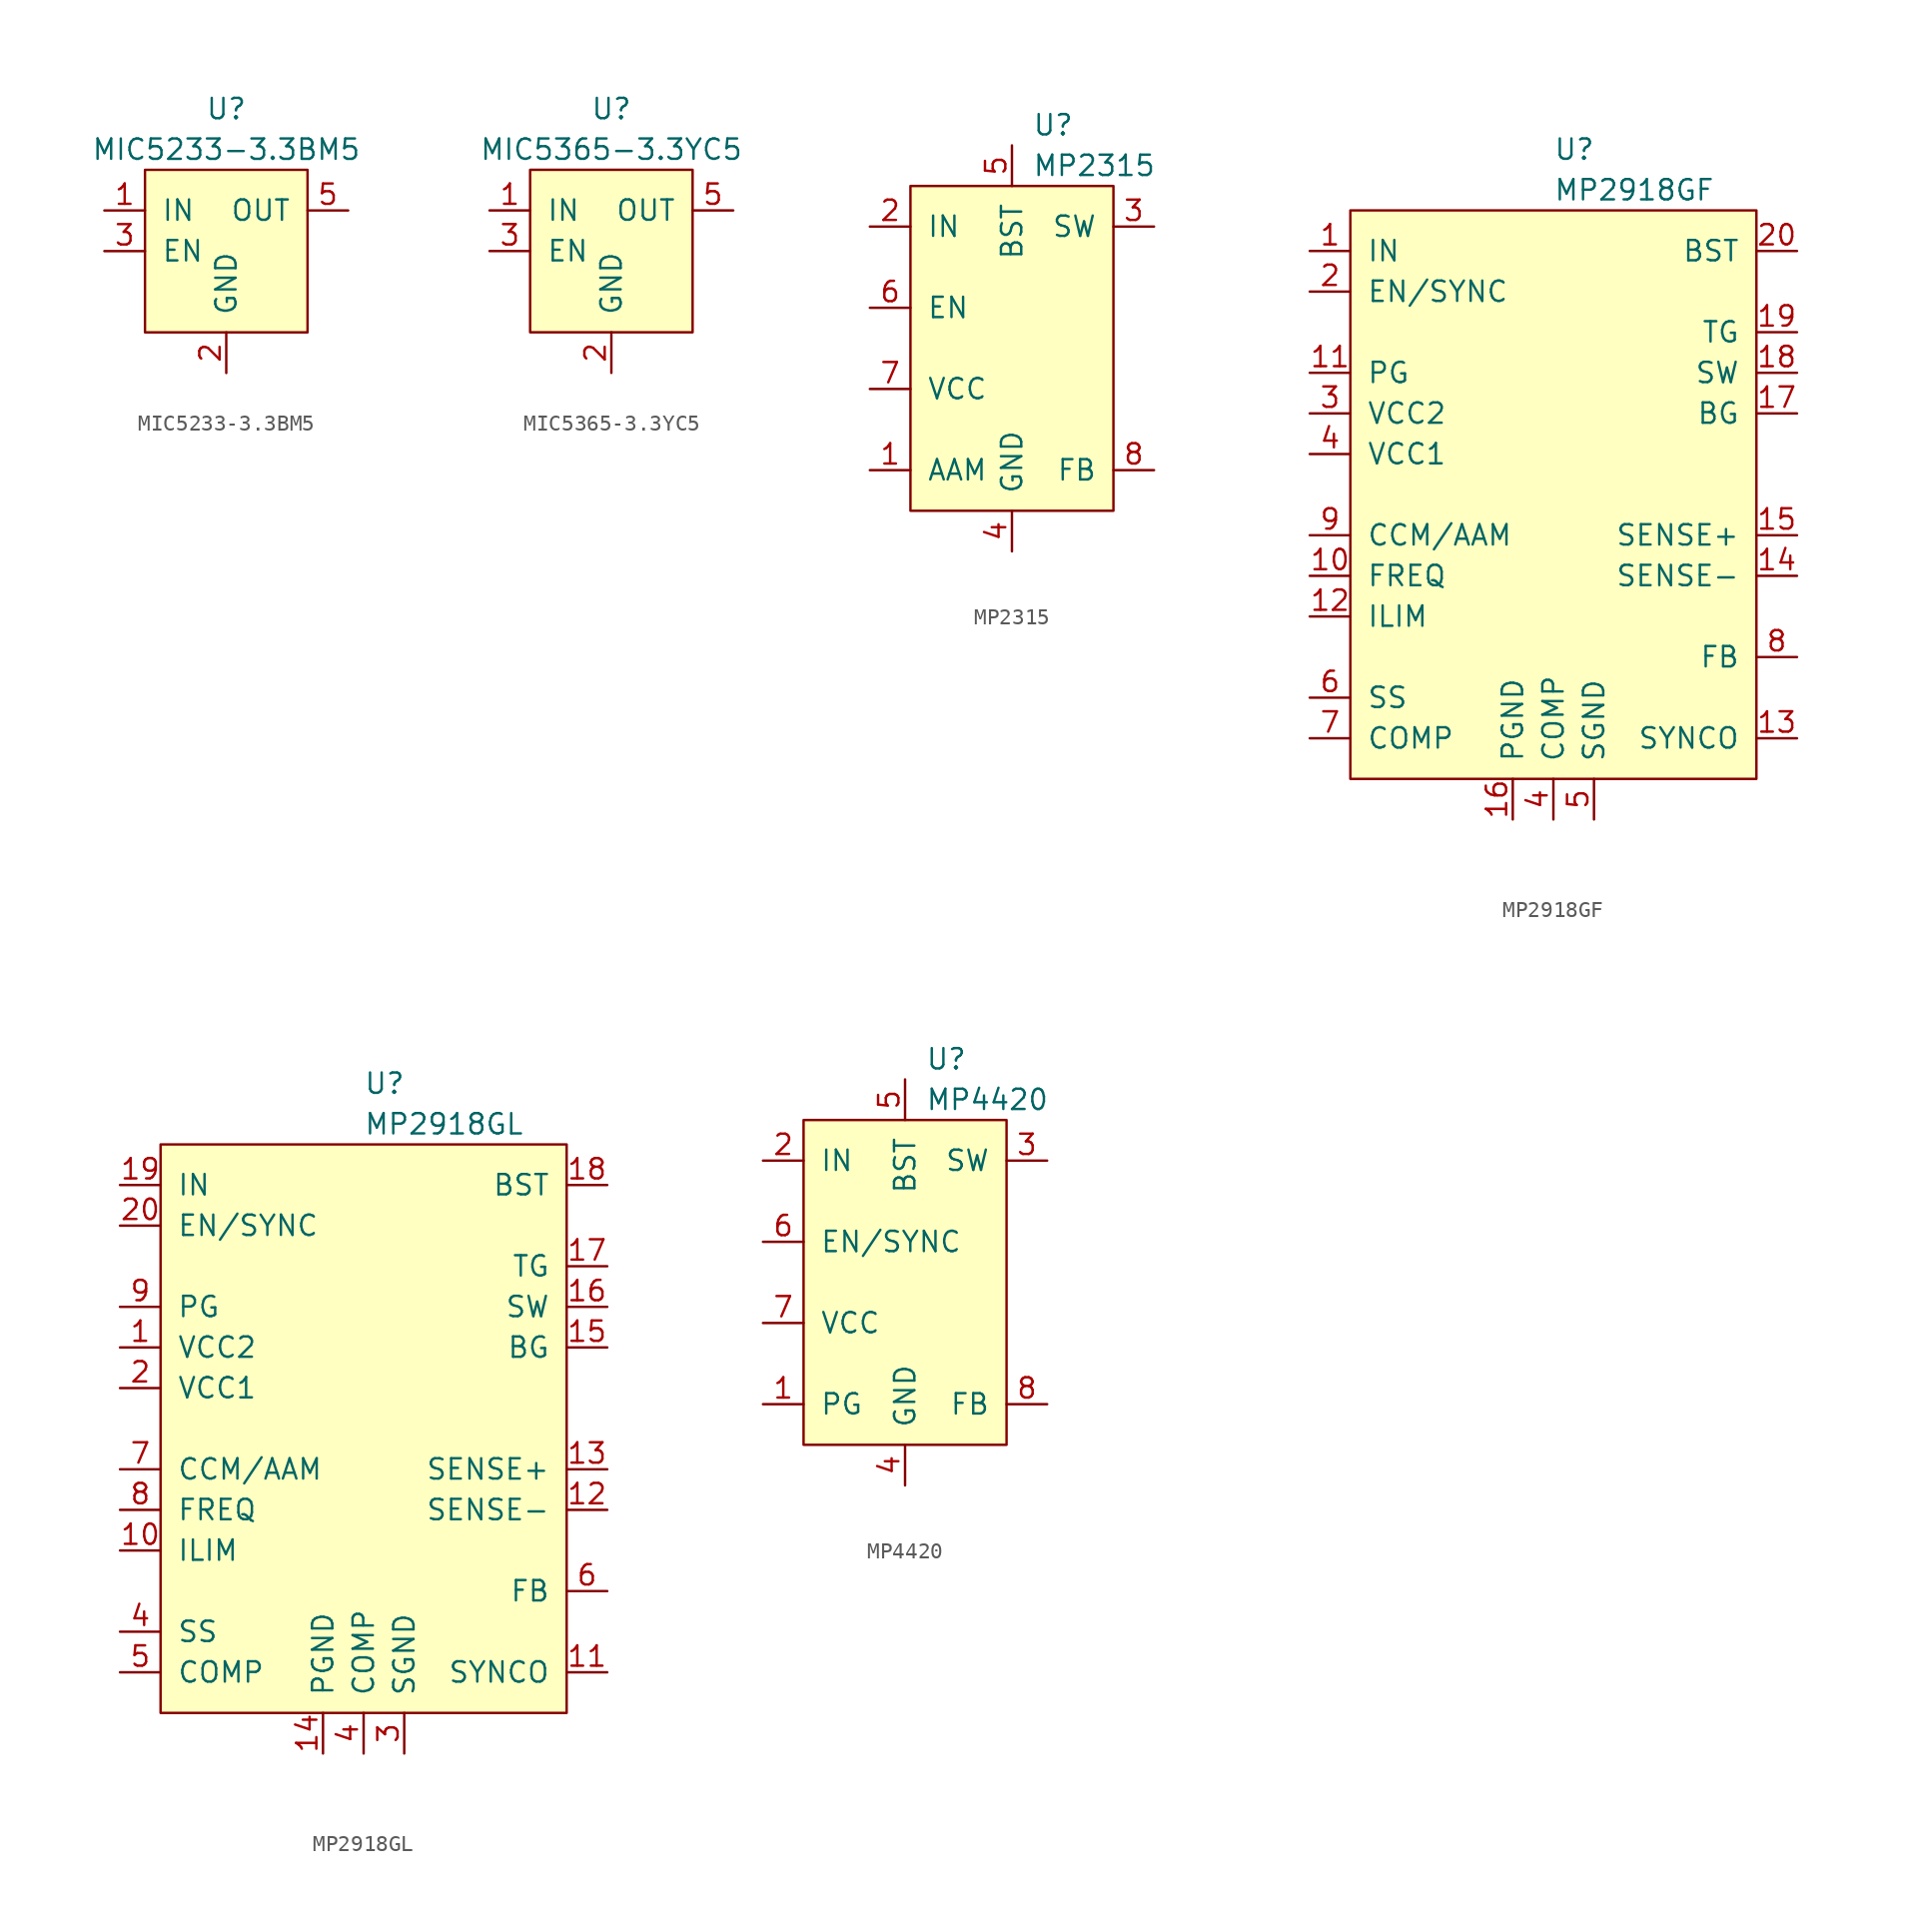
<source format=kicad_sym>
(kicad_symbol_lib
  (version 20241209)
  (generator "kicad_symbol_editor")
  (generator_version "9.0")
  (symbol "MIC5233-3.3BM5"
    (pin_names
      (offset 1.016))
    (property "Reference" "U"
      (at 0 6.35 0)
      (effects (font (size 1.27 1.27))))
    (property "Value" "MIC5233-3.3BM5"
      (at 0 3.81 0)
      (effects (font (size 1.27 1.27))))
    (symbol "MIC5233-3.3BM5_0_1"
      (rectangle (start -5.08 2.54) (end 5.08 -7.62) (stroke (width 0) (type default)) (fill (type background))))
    (symbol "MIC5233-3.3BM5_1_1"
      (pin power_in line (at -7.62 0 0) (length 2.54) (name "IN" (effects (font (size 1.27 1.27)))) (number "1" (effects (font (size 1.27 1.27)))))
      (pin input line (at -7.62 -2.54 0) (length 2.54) (name "EN" (effects (font (size 1.27 1.27)))) (number "3" (effects (font (size 1.27 1.27)))))
      (pin power_in line (at 0 -10.16 90) (length 2.54) (name "GND" (effects (font (size 1.27 1.27)))) (number "2" (effects (font (size 1.27 1.27)))))
      (pin input line (at 7.62 0 180) (length 2.54) (name "OUT" (effects (font (size 1.27 1.27)))) (number "5" (effects (font (size 1.27 1.27)))))
      (pin no_connect line (at 7.62 -2.54 180) (length 2.54) (hide yes) (name "NC" (effects (font (size 1.27 1.27)))) (number "4" (effects (font (size 1.27 1.27)))))))
  (symbol "MIC5365-3.3YC5"
    (pin_names
      (offset 1.016))
    (property "Reference" "U"
      (at 0 6.35 0)
      (effects (font (size 1.27 1.27))))
    (property "Value" "MIC5365-3.3YC5"
      (at 0 3.81 0)
      (effects (font (size 1.27 1.27))))
    (symbol "MIC5365-3.3YC5_0_1"
      (rectangle (start -5.08 2.54) (end 5.08 -7.62) (stroke (width 0) (type default)) (fill (type background))))
    (symbol "MIC5365-3.3YC5_1_1"
      (pin power_in line (at -7.62 0 0) (length 2.54) (name "IN" (effects (font (size 1.27 1.27)))) (number "1" (effects (font (size 1.27 1.27)))))
      (pin input line (at -7.62 -2.54 0) (length 2.54) (name "EN" (effects (font (size 1.27 1.27)))) (number "3" (effects (font (size 1.27 1.27)))))
      (pin power_in line (at 0 -10.16 90) (length 2.54) (name "GND" (effects (font (size 1.27 1.27)))) (number "2" (effects (font (size 1.27 1.27)))))
      (pin input line (at 7.62 0 180) (length 2.54) (name "OUT" (effects (font (size 1.27 1.27)))) (number "5" (effects (font (size 1.27 1.27)))))
      (pin no_connect line (at 7.62 -2.54 180) (length 2.54) (hide yes) (name "NC" (effects (font (size 1.27 1.27)))) (number "4" (effects (font (size 1.27 1.27)))))))
  (symbol "MP2315"
    (pin_names
      (offset 1.016))
    (property "Reference" "U"
      (at 1.27 13.97 0)
      (effects (font (size 1.27 1.27)) (justify left)))
    (property "Value" "MP2315"
      (at 1.27 11.43 0)
      (effects (font (size 1.27 1.27)) (justify left)))
    (symbol "MP2315_0_1"
      (rectangle (start -6.35 10.16) (end 6.35 -10.16) (stroke (width 0) (type default)) (fill (type background))))
    (symbol "MP2315_1_1"
      (pin power_in line (at -8.89 7.62 0) (length 2.54) (name "IN" (effects (font (size 1.27 1.27)))) (number "2" (effects (font (size 1.27 1.27)))))
      (pin input line (at -8.89 2.54 0) (length 2.54) (name "EN" (effects (font (size 1.27 1.27)))) (number "6" (effects (font (size 1.27 1.27)))))
      (pin power_out line (at -8.89 -2.54 0) (length 2.54) (name "VCC" (effects (font (size 1.27 1.27)))) (number "7" (effects (font (size 1.27 1.27)))))
      (pin input line (at -8.89 -7.62 0) (length 2.54) (name "AAM" (effects (font (size 1.27 1.27)))) (number "1" (effects (font (size 1.27 1.27)))))
      (pin input line (at 0 12.7 270) (length 2.54) (name "BST" (effects (font (size 1.27 1.27)))) (number "5" (effects (font (size 1.27 1.27)))))
      (pin power_in line (at 0 -12.7 90) (length 2.54) (name "GND" (effects (font (size 1.27 1.27)))) (number "4" (effects (font (size 1.27 1.27)))))
      (pin power_out line (at 8.89 7.62 180) (length 2.54) (name "SW" (effects (font (size 1.27 1.27)))) (number "3" (effects (font (size 1.27 1.27)))))
      (pin input line (at 8.89 -7.62 180) (length 2.54) (name "FB" (effects (font (size 1.27 1.27)))) (number "8" (effects (font (size 1.27 1.27)))))))
  (symbol "MP2918GF"
    (pin_names
      (offset 1.016))
    (property "Reference" "U"
      (at 0 21.59 0)
      (effects (font (size 1.27 1.27)) (justify left)))
    (property "Value" "MP2918GF"
      (at 0 19.05 0)
      (effects (font (size 1.27 1.27)) (justify left)))
    (symbol "MP2918GF_0_1"
      (rectangle (start -12.7 17.78) (end 12.7 -17.78) (stroke (width 0) (type default)) (fill (type background))))
    (symbol "MP2918GF_1_1"
      (pin power_in line (at -15.24 15.24 0) (length 2.54) (name "IN" (effects (font (size 1.27 1.27)))) (number "1" (effects (font (size 1.27 1.27)))))
      (pin input line (at -15.24 12.7 0) (length 2.54) (name "EN/SYNC" (effects (font (size 1.27 1.27)))) (number "2" (effects (font (size 1.27 1.27)))))
      (pin output line (at -15.24 7.62 0) (length 2.54) (name "PG" (effects (font (size 1.27 1.27)))) (number "11" (effects (font (size 1.27 1.27)))))
      (pin power_out line (at -15.24 5.08 0) (length 2.54) (name "VCC2" (effects (font (size 1.27 1.27)))) (number "3" (effects (font (size 1.27 1.27)))))
      (pin power_out line (at -15.24 2.54 0) (length 2.54) (name "VCC1" (effects (font (size 1.27 1.27)))) (number "4" (effects (font (size 1.27 1.27)))))
      (pin input line (at -15.24 -2.54 0) (length 2.54) (name "CCM/AAM" (effects (font (size 1.27 1.27)))) (number "9" (effects (font (size 1.27 1.27)))))
      (pin input line (at -15.24 -5.08 0) (length 2.54) (name "FREQ" (effects (font (size 1.27 1.27)))) (number "10" (effects (font (size 1.27 1.27)))))
      (pin input line (at -15.24 -7.62 0) (length 2.54) (name "ILIM" (effects (font (size 1.27 1.27)))) (number "12" (effects (font (size 1.27 1.27)))))
      (pin input line (at -15.24 -12.7 0) (length 2.54) (name "SS" (effects (font (size 1.27 1.27)))) (number "6" (effects (font (size 1.27 1.27)))))
      (pin input line (at -15.24 -15.24 0) (length 2.54) (name "COMP" (effects (font (size 1.27 1.27)))) (number "7" (effects (font (size 1.27 1.27)))))
      (pin power_in line (at -2.54 -20.32 90) (length 2.54) (name "PGND" (effects (font (size 1.27 1.27)))) (number "16" (effects (font (size 1.27 1.27)))))
      (pin power_in line (at 0 -20.32 90) (length 2.54) (name "COMP" (effects (font (size 1.27 1.27)))) (number "4" (effects (font (size 1.27 1.27)))))
      (pin power_in line (at 2.54 -20.32 90) (length 2.54) (name "SGND" (effects (font (size 1.27 1.27)))) (number "5" (effects (font (size 1.27 1.27)))))
      (pin input line (at 15.24 15.24 180) (length 2.54) (name "BST" (effects (font (size 1.27 1.27)))) (number "20" (effects (font (size 1.27 1.27)))))
      (pin output line (at 15.24 10.16 180) (length 2.54) (name "TG" (effects (font (size 1.27 1.27)))) (number "19" (effects (font (size 1.27 1.27)))))
      (pin output line (at 15.24 7.62 180) (length 2.54) (name "SW" (effects (font (size 1.27 1.27)))) (number "18" (effects (font (size 1.27 1.27)))))
      (pin output line (at 15.24 5.08 180) (length 2.54) (name "BG" (effects (font (size 1.27 1.27)))) (number "17" (effects (font (size 1.27 1.27)))))
      (pin input line (at 15.24 -2.54 180) (length 2.54) (name "SENSE+" (effects (font (size 1.27 1.27)))) (number "15" (effects (font (size 1.27 1.27)))))
      (pin input line (at 15.24 -5.08 180) (length 2.54) (name "SENSE-" (effects (font (size 1.27 1.27)))) (number "14" (effects (font (size 1.27 1.27)))))
      (pin input line (at 15.24 -10.16 180) (length 2.54) (name "FB" (effects (font (size 1.27 1.27)))) (number "8" (effects (font (size 1.27 1.27)))))
      (pin output line (at 15.24 -15.24 180) (length 2.54) (name "SYNCO" (effects (font (size 1.27 1.27)))) (number "13" (effects (font (size 1.27 1.27)))))))
  (symbol "MP2918GL"
    (pin_names
      (offset 1.016))
    (property "Reference" "U"
      (at 0 21.59 0)
      (effects (font (size 1.27 1.27)) (justify left)))
    (property "Value" "MP2918GL"
      (at 0 19.05 0)
      (effects (font (size 1.27 1.27)) (justify left)))
    (symbol "MP2918GL_0_1"
      (rectangle (start -12.7 17.78) (end 12.7 -17.78) (stroke (width 0) (type default)) (fill (type background))))
    (symbol "MP2918GL_1_1"
      (pin power_in line (at -15.24 15.24 0) (length 2.54) (name "IN" (effects (font (size 1.27 1.27)))) (number "19" (effects (font (size 1.27 1.27)))))
      (pin input line (at -15.24 12.7 0) (length 2.54) (name "EN/SYNC" (effects (font (size 1.27 1.27)))) (number "20" (effects (font (size 1.27 1.27)))))
      (pin output line (at -15.24 7.62 0) (length 2.54) (name "PG" (effects (font (size 1.27 1.27)))) (number "9" (effects (font (size 1.27 1.27)))))
      (pin power_out line (at -15.24 5.08 0) (length 2.54) (name "VCC2" (effects (font (size 1.27 1.27)))) (number "1" (effects (font (size 1.27 1.27)))))
      (pin power_out line (at -15.24 2.54 0) (length 2.54) (name "VCC1" (effects (font (size 1.27 1.27)))) (number "2" (effects (font (size 1.27 1.27)))))
      (pin input line (at -15.24 -2.54 0) (length 2.54) (name "CCM/AAM" (effects (font (size 1.27 1.27)))) (number "7" (effects (font (size 1.27 1.27)))))
      (pin input line (at -15.24 -5.08 0) (length 2.54) (name "FREQ" (effects (font (size 1.27 1.27)))) (number "8" (effects (font (size 1.27 1.27)))))
      (pin input line (at -15.24 -7.62 0) (length 2.54) (name "ILIM" (effects (font (size 1.27 1.27)))) (number "10" (effects (font (size 1.27 1.27)))))
      (pin input line (at -15.24 -12.7 0) (length 2.54) (name "SS" (effects (font (size 1.27 1.27)))) (number "4" (effects (font (size 1.27 1.27)))))
      (pin input line (at -15.24 -15.24 0) (length 2.54) (name "COMP" (effects (font (size 1.27 1.27)))) (number "5" (effects (font (size 1.27 1.27)))))
      (pin power_in line (at -2.54 -20.32 90) (length 2.54) (name "PGND" (effects (font (size 1.27 1.27)))) (number "14" (effects (font (size 1.27 1.27)))))
      (pin power_in line (at 0 -20.32 90) (length 2.54) (name "COMP" (effects (font (size 1.27 1.27)))) (number "4" (effects (font (size 1.27 1.27)))))
      (pin power_in line (at 2.54 -20.32 90) (length 2.54) (name "SGND" (effects (font (size 1.27 1.27)))) (number "3" (effects (font (size 1.27 1.27)))))
      (pin input line (at 15.24 15.24 180) (length 2.54) (name "BST" (effects (font (size 1.27 1.27)))) (number "18" (effects (font (size 1.27 1.27)))))
      (pin output line (at 15.24 10.16 180) (length 2.54) (name "TG" (effects (font (size 1.27 1.27)))) (number "17" (effects (font (size 1.27 1.27)))))
      (pin output line (at 15.24 7.62 180) (length 2.54) (name "SW" (effects (font (size 1.27 1.27)))) (number "16" (effects (font (size 1.27 1.27)))))
      (pin output line (at 15.24 5.08 180) (length 2.54) (name "BG" (effects (font (size 1.27 1.27)))) (number "15" (effects (font (size 1.27 1.27)))))
      (pin input line (at 15.24 -2.54 180) (length 2.54) (name "SENSE+" (effects (font (size 1.27 1.27)))) (number "13" (effects (font (size 1.27 1.27)))))
      (pin input line (at 15.24 -5.08 180) (length 2.54) (name "SENSE-" (effects (font (size 1.27 1.27)))) (number "12" (effects (font (size 1.27 1.27)))))
      (pin input line (at 15.24 -10.16 180) (length 2.54) (name "FB" (effects (font (size 1.27 1.27)))) (number "6" (effects (font (size 1.27 1.27)))))
      (pin output line (at 15.24 -15.24 180) (length 2.54) (name "SYNCO" (effects (font (size 1.27 1.27)))) (number "11" (effects (font (size 1.27 1.27)))))))
  (symbol "MP4420"
    (pin_names
      (offset 1.016))
    (property "Reference" "U"
      (at 1.27 13.97 0)
      (effects (font (size 1.27 1.27)) (justify left)))
    (property "Value" "MP4420"
      (at 1.27 11.43 0)
      (effects (font (size 1.27 1.27)) (justify left)))
    (symbol "MP4420_0_1"
      (rectangle (start -6.35 10.16) (end 6.35 -10.16) (stroke (width 0) (type default)) (fill (type background))))
    (symbol "MP4420_1_1"
      (pin power_in line (at -8.89 7.62 0) (length 2.54) (name "IN" (effects (font (size 1.27 1.27)))) (number "2" (effects (font (size 1.27 1.27)))))
      (pin input line (at -8.89 2.54 0) (length 2.54) (name "EN/SYNC" (effects (font (size 1.27 1.27)))) (number "6" (effects (font (size 1.27 1.27)))))
      (pin power_out line (at -8.89 -2.54 0) (length 2.54) (name "VCC" (effects (font (size 1.27 1.27)))) (number "7" (effects (font (size 1.27 1.27)))))
      (pin output line (at -8.89 -7.62 0) (length 2.54) (name "PG" (effects (font (size 1.27 1.27)))) (number "1" (effects (font (size 1.27 1.27)))))
      (pin input line (at 0 12.7 270) (length 2.54) (name "BST" (effects (font (size 1.27 1.27)))) (number "5" (effects (font (size 1.27 1.27)))))
      (pin power_in line (at 0 -12.7 90) (length 2.54) (name "GND" (effects (font (size 1.27 1.27)))) (number "4" (effects (font (size 1.27 1.27)))))
      (pin power_out line (at 8.89 7.62 180) (length 2.54) (name "SW" (effects (font (size 1.27 1.27)))) (number "3" (effects (font (size 1.27 1.27)))))
      (pin input line (at 8.89 -7.62 180) (length 2.54) (name "FB" (effects (font (size 1.27 1.27)))) (number "8" (effects (font (size 1.27 1.27))))))))
</source>
